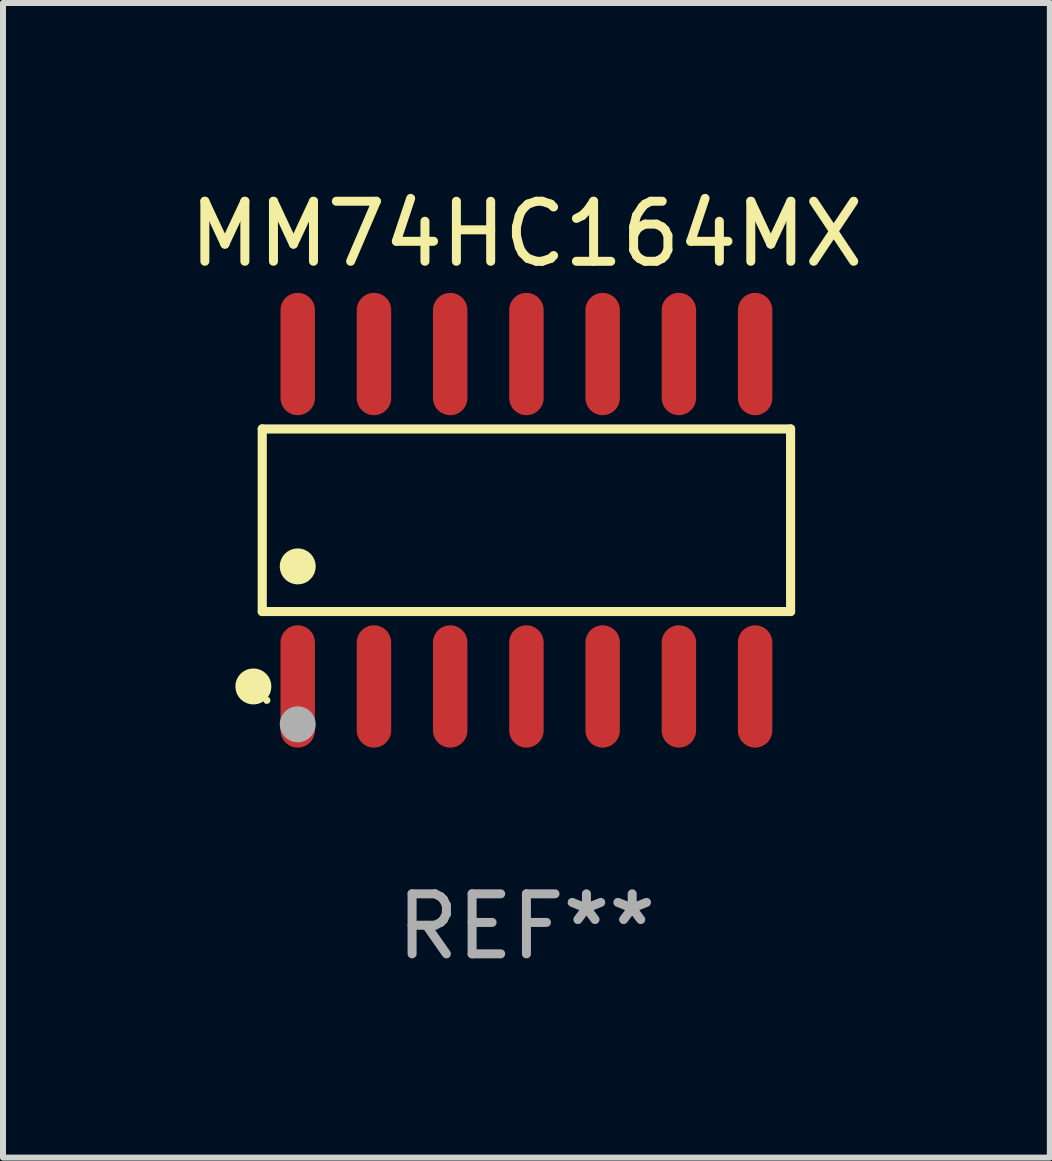
<source format=kicad_pcb>
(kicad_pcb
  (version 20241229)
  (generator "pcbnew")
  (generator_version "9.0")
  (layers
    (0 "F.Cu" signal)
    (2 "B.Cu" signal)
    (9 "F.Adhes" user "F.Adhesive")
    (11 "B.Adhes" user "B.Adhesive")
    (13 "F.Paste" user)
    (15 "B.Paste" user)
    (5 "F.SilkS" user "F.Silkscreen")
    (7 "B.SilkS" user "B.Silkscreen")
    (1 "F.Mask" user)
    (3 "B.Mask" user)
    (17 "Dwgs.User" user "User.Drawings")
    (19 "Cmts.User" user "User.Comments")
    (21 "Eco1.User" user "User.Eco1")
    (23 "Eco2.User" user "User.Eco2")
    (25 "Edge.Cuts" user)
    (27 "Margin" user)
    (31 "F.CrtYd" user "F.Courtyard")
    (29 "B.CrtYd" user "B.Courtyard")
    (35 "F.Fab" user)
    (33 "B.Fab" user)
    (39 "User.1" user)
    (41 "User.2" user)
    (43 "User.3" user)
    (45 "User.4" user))
  (footprint "MM74HC164MX"
    (layer "F.Cu")
    (at 5.72 5.617)
    (property "Reference" "MM74HC164MX" (at 0 -4.769 0) (layer "F.SilkS") (effects (font (size 1 1) (thickness 0.15))))
    (attr through_hole)
    (fp_line (start -4.401 -1.521) (end 4.401 -1.521) (stroke (width 0.152) (type solid)) (layer "F.SilkS"))
    (fp_line (start -4.401 1.521) (end -4.401 -1.521) (stroke (width 0.152) (type solid)) (layer "F.SilkS"))
    (fp_line (start 4.401 -1.521) (end 4.401 1.521) (stroke (width 0.152) (type solid)) (layer "F.SilkS"))
    (fp_line (start 4.401 1.521) (end -4.401 1.521) (stroke (width 0.152) (type solid)) (layer "F.SilkS"))
    (fp_circle (center -4.549 2.769) (end -4.399 2.769) (stroke (width 0.3) (type solid)) (fill no) (layer "F.SilkS"))
    (fp_circle (center -4.325 3) (end -4.295 3) (stroke (width 0.06) (type solid)) (fill no) (layer "F.SilkS"))
    (fp_circle (center -3.81 0.769) (end -3.66 0.769) (stroke (width 0.3) (type solid)) (fill no) (layer "F.SilkS"))
    (fp_circle (center -3.81 3.4) (end -3.66 3.4) (stroke (width 0.3) (type solid)) (fill no) (layer "F.Fab"))
    (fp_text user "REF**" (at 0 6.769 0) (layer "F.Fab") (effects (font (size 1 1) (thickness 0.15))))
    (pad "1" smd oval (at -3.81 2.769) (size 0.574 2.038) (layers "F.Cu" "F.Mask" "F.Paste"))
    (pad "2" smd oval (at -2.54 2.769) (size 0.574 2.038) (layers "F.Cu" "F.Mask" "F.Paste"))
    (pad "3" smd oval (at -1.27 2.769) (size 0.574 2.038) (layers "F.Cu" "F.Mask" "F.Paste"))
    (pad "4" smd oval (at 0 2.769) (size 0.574 2.038) (layers "F.Cu" "F.Mask" "F.Paste"))
    (pad "5" smd oval (at 1.27 2.769) (size 0.574 2.038) (layers "F.Cu" "F.Mask" "F.Paste"))
    (pad "6" smd oval (at 2.54 2.769) (size 0.574 2.038) (layers "F.Cu" "F.Mask" "F.Paste"))
    (pad "7" smd oval (at 3.81 2.769) (size 0.574 2.038) (layers "F.Cu" "F.Mask" "F.Paste"))
    (pad "8" smd oval (at 3.81 -2.769) (size 0.574 2.038) (layers "F.Cu" "F.Mask" "F.Paste"))
    (pad "9" smd oval (at 2.54 -2.769) (size 0.574 2.038) (layers "F.Cu" "F.Mask" "F.Paste"))
    (pad "10" smd oval (at 1.27 -2.769) (size 0.574 2.038) (layers "F.Cu" "F.Mask" "F.Paste"))
    (pad "11" smd oval (at 0 -2.769) (size 0.574 2.038) (layers "F.Cu" "F.Mask" "F.Paste"))
    (pad "12" smd oval (at -1.27 -2.769) (size 0.574 2.038) (layers "F.Cu" "F.Mask" "F.Paste"))
    (pad "13" smd oval (at -2.54 -2.769) (size 0.574 2.038) (layers "F.Cu" "F.Mask" "F.Paste"))
    (pad "14" smd oval (at -3.81 -2.769) (size 0.574 2.038) (layers "F.Cu" "F.Mask" "F.Paste")))
  (gr_rect
    (start -3 -3)
    (end 14.44 16.235)
    (stroke (width 0.1) (type default))
    (fill no)
    (layer "Edge.Cuts")))
</source>
